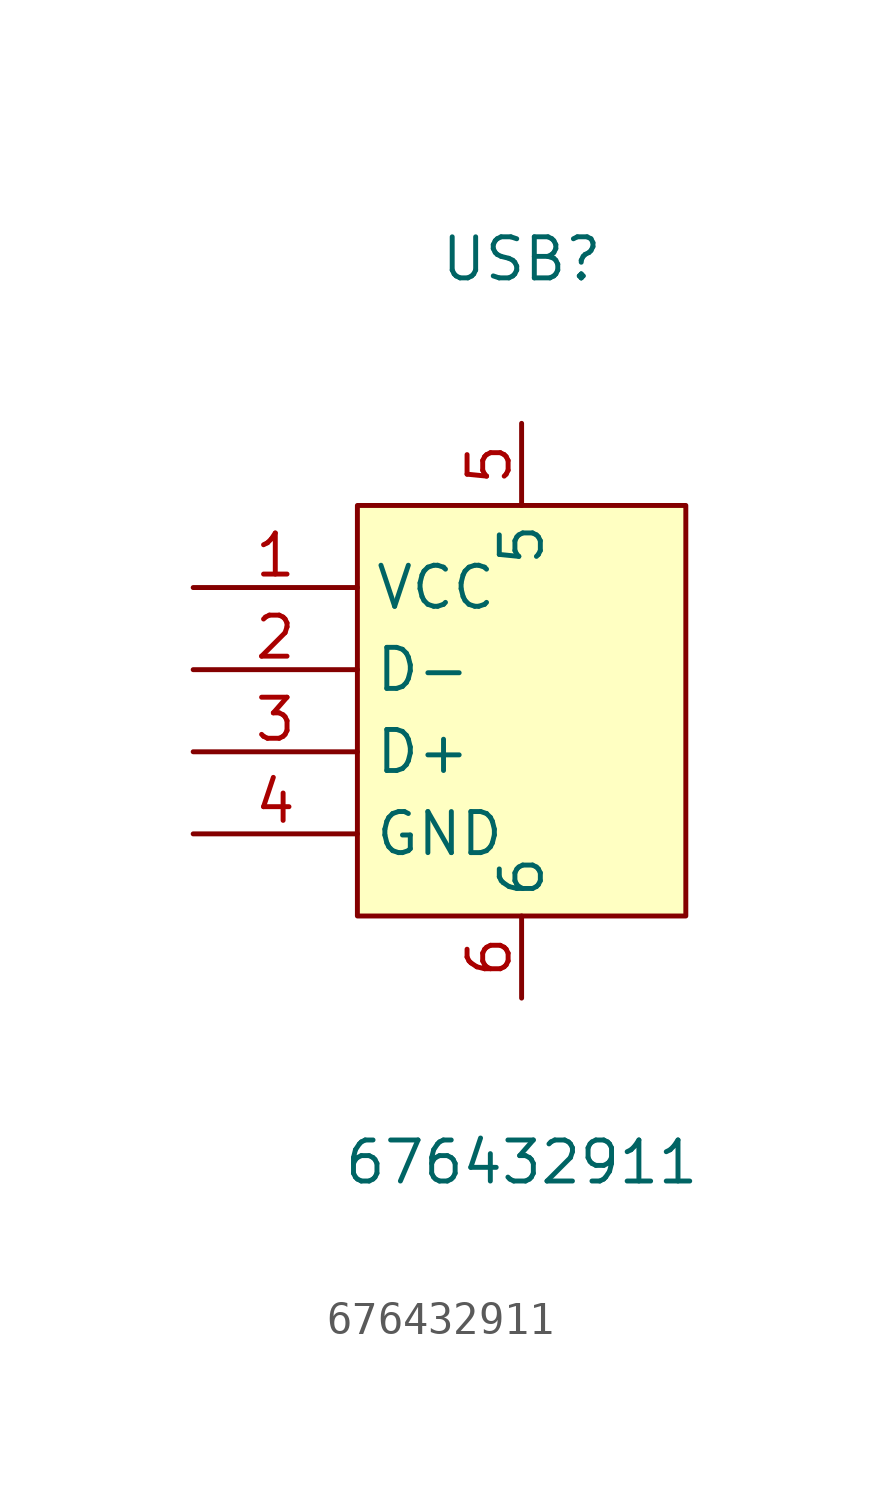
<source format=kicad_sym>
(kicad_symbol_lib
  (version 20211014)
  (generator https://github.com/uPesy/easyeda2kicad.py)
  (symbol "676432911"
    (property "Reference" "USB"
      (at 0 15.24 0)
      (effects (font (size 1.27 1.27))))
    (property "Value" "676432911"
      (at 0 -12.70 0)
      (effects (font (size 1.27 1.27))))
    (symbol "676432911_0_1"
      (rectangle (start -5.08 7.62) (end 5.08 -5.08) (stroke (width 0) (type default) (color 0 0 0 0)) (fill (type background)))
      (pin unspecified line (at -10.16 5.08 0) (length 5.08) (name "VCC" (effects (font (size 1.27 1.27)))) (number "1" (effects (font (size 1.27 1.27)))))
      (pin unspecified line (at -10.16 2.54 0) (length 5.08) (name "D-" (effects (font (size 1.27 1.27)))) (number "2" (effects (font (size 1.27 1.27)))))
      (pin unspecified line (at -10.16 -0.00 0) (length 5.08) (name "D+" (effects (font (size 1.27 1.27)))) (number "3" (effects (font (size 1.27 1.27)))))
      (pin unspecified line (at -10.16 -2.54 0) (length 5.08) (name "GND" (effects (font (size 1.27 1.27)))) (number "4" (effects (font (size 1.27 1.27)))))
      (pin unspecified line (at 0.00 -7.62 90) (length 2.54) (name "6" (effects (font (size 1.27 1.27)))) (number "6" (effects (font (size 1.27 1.27)))))
      (pin unspecified line (at 0.00 10.16 270) (length 2.54) (name "5" (effects (font (size 1.27 1.27)))) (number "5" (effects (font (size 1.27 1.27))))))))
</source>
